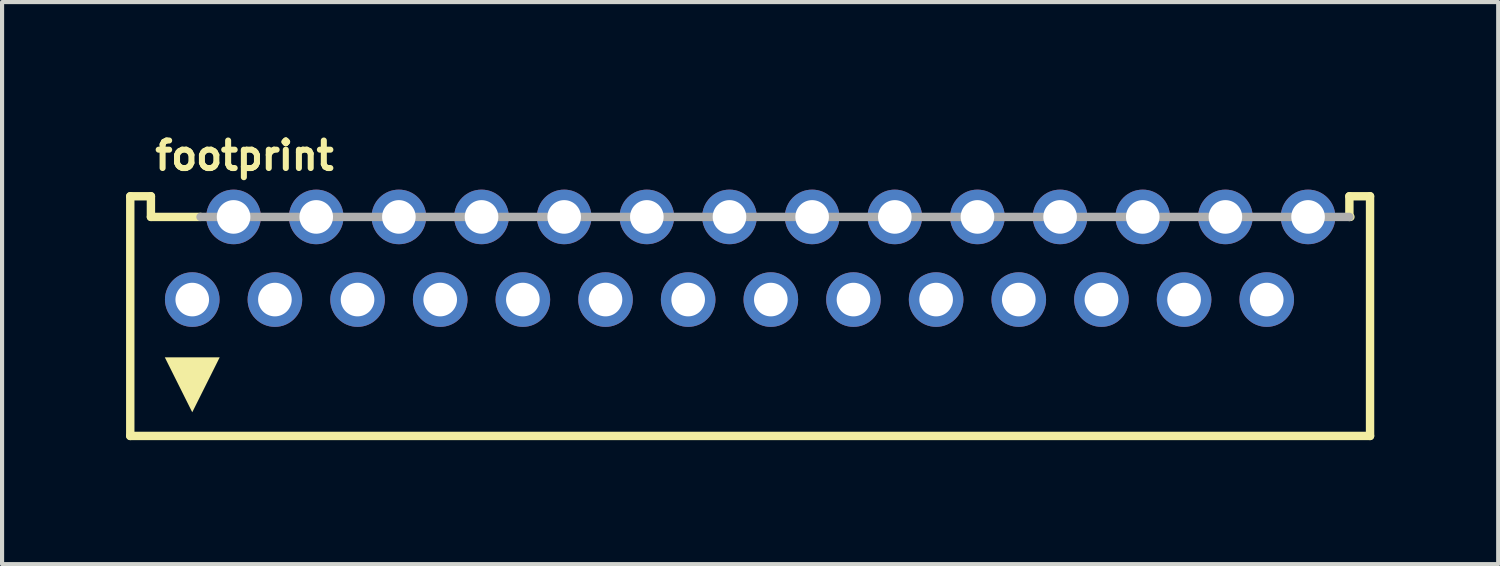
<source format=kicad_pcb>
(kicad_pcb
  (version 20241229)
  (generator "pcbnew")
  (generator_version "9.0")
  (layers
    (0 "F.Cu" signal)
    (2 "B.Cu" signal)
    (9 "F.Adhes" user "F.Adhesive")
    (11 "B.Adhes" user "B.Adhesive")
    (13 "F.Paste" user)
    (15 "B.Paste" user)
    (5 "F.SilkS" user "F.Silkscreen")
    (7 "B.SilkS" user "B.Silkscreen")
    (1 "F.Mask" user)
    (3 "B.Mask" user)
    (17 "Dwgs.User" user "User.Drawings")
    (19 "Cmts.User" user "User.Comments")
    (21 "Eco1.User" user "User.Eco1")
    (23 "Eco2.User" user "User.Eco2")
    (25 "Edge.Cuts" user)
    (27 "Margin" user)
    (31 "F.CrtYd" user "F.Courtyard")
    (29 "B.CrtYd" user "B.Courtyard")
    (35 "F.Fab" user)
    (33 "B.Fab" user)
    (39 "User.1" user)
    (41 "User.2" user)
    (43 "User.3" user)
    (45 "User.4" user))
  (footprint "footprint"
    (layer "F.Cu")
    (at 15.102 4.199)
    (property "Reference" "footprint" (at -14.472 -3.094 0) (layer "F.SilkS") (effects (font (size 0.666 0.666) (thickness 0.146)) (justify left bottom)))
    (fp_line (start -15 -2.5) (end -15 3.3) (stroke (width 0.203) (type solid)) (layer "F.SilkS"))
    (fp_line (start -15 3.3) (end 15 3.3) (stroke (width 0.203) (type solid)) (layer "F.SilkS"))
    (fp_line (start -14.5 -2.5) (end -15 -2.5) (stroke (width 0.203) (type solid)) (layer "F.SilkS"))
    (fp_line (start -14.5 -2) (end -14.5 -2.5) (stroke (width 0.203) (type solid)) (layer "F.SilkS"))
    (fp_line (start -14.5 -2) (end -13.3 -2) (stroke (width 0.203) (type solid)) (layer "F.SilkS"))
    (fp_line (start 14.5 -2.5) (end 15 -2.5) (stroke (width 0.203) (type solid)) (layer "F.SilkS"))
    (fp_line (start 14.5 -2) (end 14.5 -2.5) (stroke (width 0.203) (type solid)) (layer "F.SilkS"))
    (fp_line (start 14.525 -2) (end 14.5 -2) (stroke (width 0.203) (type solid)) (layer "F.SilkS"))
    (fp_line (start 15 -2.5) (end 15 3.3) (stroke (width 0.203) (type solid)) (layer "F.SilkS"))
    (fp_poly (pts (xy -13.5 2.727) (xy -14.164 1.398) (xy -12.836 1.398)) (stroke (width 0) (type solid)) (fill yes) (layer "F.SilkS"))
    (fp_line (start -13.3 -2) (end 14.5 -2) (stroke (width 0.203) (type solid)) (layer "F.Fab"))
    (pad "1" thru_hole circle (at -13.5 0) (size 1.321 1.321) (drill 0.813) (layers "*.Cu" "*.Mask"))
    (pad "2" thru_hole circle (at -12.5 -2) (size 1.321 1.321) (drill 0.813) (layers "*.Cu" "*.Mask"))
    (pad "3" thru_hole circle (at -11.5 0) (size 1.321 1.321) (drill 0.813) (layers "*.Cu" "*.Mask"))
    (pad "4" thru_hole circle (at -10.5 -2) (size 1.321 1.321) (drill 0.813) (layers "*.Cu" "*.Mask"))
    (pad "5" thru_hole circle (at -9.5 0) (size 1.321 1.321) (drill 0.813) (layers "*.Cu" "*.Mask"))
    (pad "6" thru_hole circle (at -8.5 -2) (size 1.321 1.321) (drill 0.813) (layers "*.Cu" "*.Mask"))
    (pad "7" thru_hole circle (at -7.5 0) (size 1.321 1.321) (drill 0.813) (layers "*.Cu" "*.Mask"))
    (pad "8" thru_hole circle (at -6.5 -2) (size 1.321 1.321) (drill 0.813) (layers "*.Cu" "*.Mask"))
    (pad "9" thru_hole circle (at -5.5 0) (size 1.321 1.321) (drill 0.813) (layers "*.Cu" "*.Mask"))
    (pad "10" thru_hole circle (at -4.5 -2) (size 1.321 1.321) (drill 0.813) (layers "*.Cu" "*.Mask"))
    (pad "11" thru_hole circle (at -3.5 0) (size 1.321 1.321) (drill 0.813) (layers "*.Cu" "*.Mask"))
    (pad "12" thru_hole circle (at -2.5 -2) (size 1.321 1.321) (drill 0.813) (layers "*.Cu" "*.Mask"))
    (pad "13" thru_hole circle (at -1.5 0) (size 1.321 1.321) (drill 0.813) (layers "*.Cu" "*.Mask"))
    (pad "14" thru_hole circle (at -0.5 -2) (size 1.321 1.321) (drill 0.813) (layers "*.Cu" "*.Mask"))
    (pad "15" thru_hole circle (at 0.5 0) (size 1.321 1.321) (drill 0.813) (layers "*.Cu" "*.Mask"))
    (pad "16" thru_hole circle (at 1.5 -2) (size 1.321 1.321) (drill 0.813) (layers "*.Cu" "*.Mask"))
    (pad "17" thru_hole circle (at 2.5 0) (size 1.321 1.321) (drill 0.813) (layers "*.Cu" "*.Mask"))
    (pad "18" thru_hole circle (at 3.5 -2) (size 1.321 1.321) (drill 0.813) (layers "*.Cu" "*.Mask"))
    (pad "19" thru_hole circle (at 4.5 0) (size 1.321 1.321) (drill 0.813) (layers "*.Cu" "*.Mask"))
    (pad "20" thru_hole circle (at 5.5 -2) (size 1.321 1.321) (drill 0.813) (layers "*.Cu" "*.Mask"))
    (pad "21" thru_hole circle (at 6.5 0) (size 1.321 1.321) (drill 0.813) (layers "*.Cu" "*.Mask"))
    (pad "22" thru_hole circle (at 7.5 -2) (size 1.321 1.321) (drill 0.813) (layers "*.Cu" "*.Mask"))
    (pad "23" thru_hole circle (at 8.5 0) (size 1.321 1.321) (drill 0.813) (layers "*.Cu" "*.Mask"))
    (pad "24" thru_hole circle (at 9.5 -2) (size 1.321 1.321) (drill 0.813) (layers "*.Cu" "*.Mask"))
    (pad "25" thru_hole circle (at 10.5 0) (size 1.321 1.321) (drill 0.813) (layers "*.Cu" "*.Mask"))
    (pad "26" thru_hole circle (at 11.5 -2) (size 1.321 1.321) (drill 0.813) (layers "*.Cu" "*.Mask"))
    (pad "27" thru_hole circle (at 12.5 0) (size 1.321 1.321) (drill 0.813) (layers "*.Cu" "*.Mask"))
    (pad "28" thru_hole circle (at 13.5 -2) (size 1.321 1.321) (drill 0.813) (layers "*.Cu" "*.Mask")))
  (gr_rect
    (start -3 -3)
    (end 33.203 10.601)
    (stroke (width 0.1) (type default))
    (fill no)
    (layer "Edge.Cuts")))
</source>
